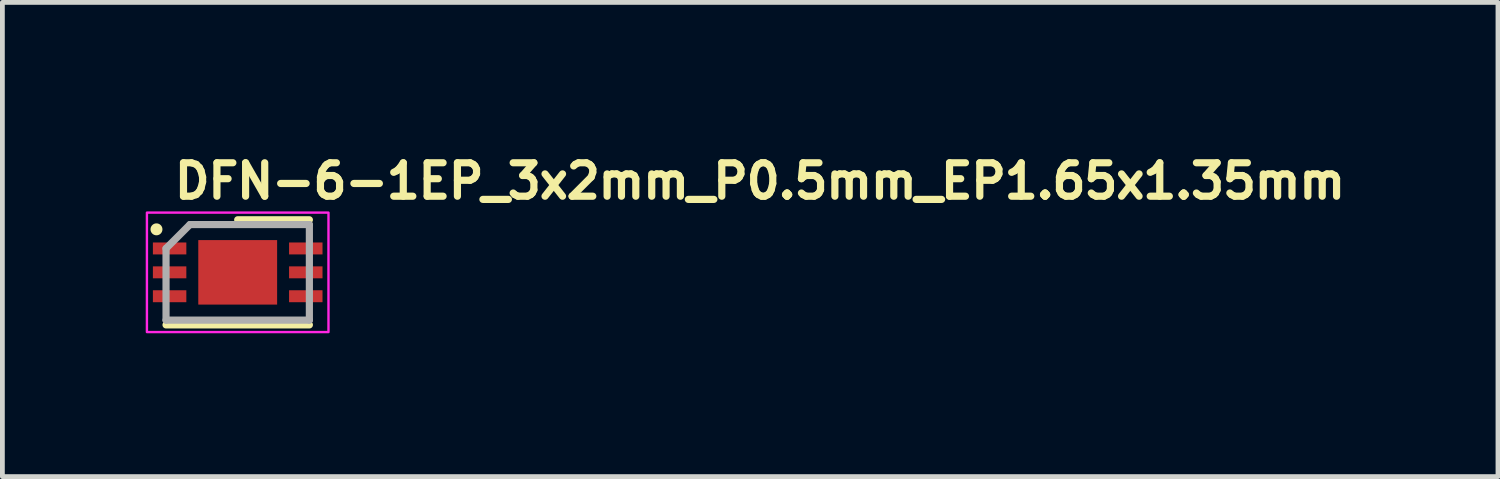
<source format=kicad_pcb>
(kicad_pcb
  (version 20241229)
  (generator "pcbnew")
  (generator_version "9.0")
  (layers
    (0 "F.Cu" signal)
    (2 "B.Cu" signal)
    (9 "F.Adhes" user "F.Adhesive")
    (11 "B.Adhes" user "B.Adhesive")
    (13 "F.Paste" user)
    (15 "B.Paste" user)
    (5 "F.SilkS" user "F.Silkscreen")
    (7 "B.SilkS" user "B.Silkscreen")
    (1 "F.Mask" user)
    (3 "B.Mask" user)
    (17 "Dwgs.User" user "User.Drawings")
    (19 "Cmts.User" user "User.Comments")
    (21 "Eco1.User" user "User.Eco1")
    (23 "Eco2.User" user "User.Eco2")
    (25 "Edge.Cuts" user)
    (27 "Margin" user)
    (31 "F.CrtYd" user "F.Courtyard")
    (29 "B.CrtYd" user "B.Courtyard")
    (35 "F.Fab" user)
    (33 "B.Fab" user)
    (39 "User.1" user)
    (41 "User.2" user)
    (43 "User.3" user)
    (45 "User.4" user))
  (footprint "DFN-6-1EP_3x2mm_P0.5mm_EP1.65x1.35mm"
    (layer "F.Cu")
    (at 1.925 2.65)
    (property "Reference" "DFN-6-1EP_3x2mm_P0.5mm_EP1.65x1.35mm" (at -1.4 -1.5 0) (layer "F.SilkS") (effects (font (size 0.7 0.7) (thickness 0.15)) (justify left bottom)))
    (attr smd)
    (fp_line (start -1.5 1.1) (end 1.5 1.1) (stroke (width 0.15) (type solid)) (layer "F.SilkS"))
    (fp_line (start 0 -1.1) (end 1.5 -1.1) (stroke (width 0.15) (type solid)) (layer "F.SilkS"))
    (fp_circle (center -1.7 -0.9) (end -1.65 -0.9) (stroke (width 0.15) (type solid)) (fill yes) (layer "F.SilkS"))
    (fp_rect (start -1.9 -1.25) (end 1.9 1.25) (stroke (width 0.05) (type solid)) (fill no) (layer "F.CrtYd"))
    (fp_line (start -1.5 -0.5) (end -1 -1) (stroke (width 0.15) (type solid)) (layer "F.Fab"))
    (fp_line (start -1.5 1) (end -1.5 -0.5) (stroke (width 0.15) (type solid)) (layer "F.Fab"))
    (fp_line (start -1 -1) (end 1.5 -1) (stroke (width 0.15) (type solid)) (layer "F.Fab"))
    (fp_line (start 1.5 -1) (end 1.5 1) (stroke (width 0.15) (type solid)) (layer "F.Fab"))
    (fp_line (start 1.5 1) (end -1.5 1) (stroke (width 0.15) (type solid)) (layer "F.Fab"))
    (fp_rect (start -1.5 -1) (end 1.5 1) (stroke (width 0.1) (type solid)) (fill no) (layer "User.5"))
    (fp_line (start -1.5 -1) (end -1.5 1) (stroke (width 0.02) (type solid)) (layer "User.9"))
    (fp_line (start -1.5 1) (end 1.5 1) (stroke (width 0.02) (type solid)) (layer "User.9"))
    (fp_line (start -1.375 -0.85) (end -1.375 -0.15) (stroke (width 0.02) (type solid)) (layer "User.9"))
    (fp_line (start -1.375 -0.85) (end -1.375 -0.15) (stroke (width 0.02) (type solid)) (layer "User.9"))
    (fp_line (start -1.375 -0.15) (end -1.275 -0.15) (stroke (width 0.02) (type solid)) (layer "User.9"))
    (fp_line (start -1.375 -0.15) (end -1.275 -0.15) (stroke (width 0.02) (type solid)) (layer "User.9"))
    (fp_line (start -1.275 -0.85) (end -1.375 -0.85) (stroke (width 0.02) (type solid)) (layer "User.9"))
    (fp_line (start -1.275 -0.85) (end -1.375 -0.85) (stroke (width 0.02) (type solid)) (layer "User.9"))
    (fp_line (start -1.275 -0.15) (end -1.275 -0.85) (stroke (width 0.02) (type solid)) (layer "User.9"))
    (fp_line (start -1.275 -0.15) (end -1.275 -0.85) (stroke (width 0.02) (type solid)) (layer "User.9"))
    (fp_line (start 1.5 -1) (end -1.5 -1) (stroke (width 0.02) (type solid)) (layer "User.9"))
    (fp_line (start 1.5 1) (end 1.5 -1) (stroke (width 0.02) (type solid)) (layer "User.9"))
    (pad "" smd roundrect (at -0.41 -0.34) (size 0.67 0.54) (layers "F.Paste") (roundrect_rratio 0.25))
    (pad "" smd roundrect (at -0.41 0.34) (size 0.67 0.54) (layers "F.Paste") (roundrect_rratio 0.25))
    (pad "" smd roundrect (at 0.41 -0.34) (size 0.67 0.54) (layers "F.Paste") (roundrect_rratio 0.25))
    (pad "" smd roundrect (at 0.41 0.34) (size 0.67 0.54) (layers "F.Paste") (roundrect_rratio 0.25))
    (pad "1" smd rect (at -1.425 -0.5) (size 0.7 0.25) (layers "F.Cu" "F.Mask" "F.Paste"))
    (pad "2" smd rect (at -1.425 0) (size 0.7 0.25) (layers "F.Cu" "F.Mask" "F.Paste"))
    (pad "3" smd rect (at -1.425 0.5) (size 0.7 0.25) (layers "F.Cu" "F.Mask" "F.Paste"))
    (pad "4" smd rect (at 1.425 0.5) (size 0.7 0.25) (layers "F.Cu" "F.Mask" "F.Paste"))
    (pad "5" smd rect (at 1.425 0) (size 0.7 0.25) (layers "F.Cu" "F.Mask" "F.Paste"))
    (pad "6" smd rect (at 1.425 -0.5) (size 0.7 0.25) (layers "F.Cu" "F.Mask" "F.Paste"))
    (pad "7" smd rect (at 0 0) (size 1.65 1.35) (layers "F.Cu" "F.Mask")))
  (gr_rect
    (start -3 -3)
    (end 28.302 6.925)
    (stroke (width 0.1) (type default))
    (fill no)
    (layer "Edge.Cuts")))
</source>
